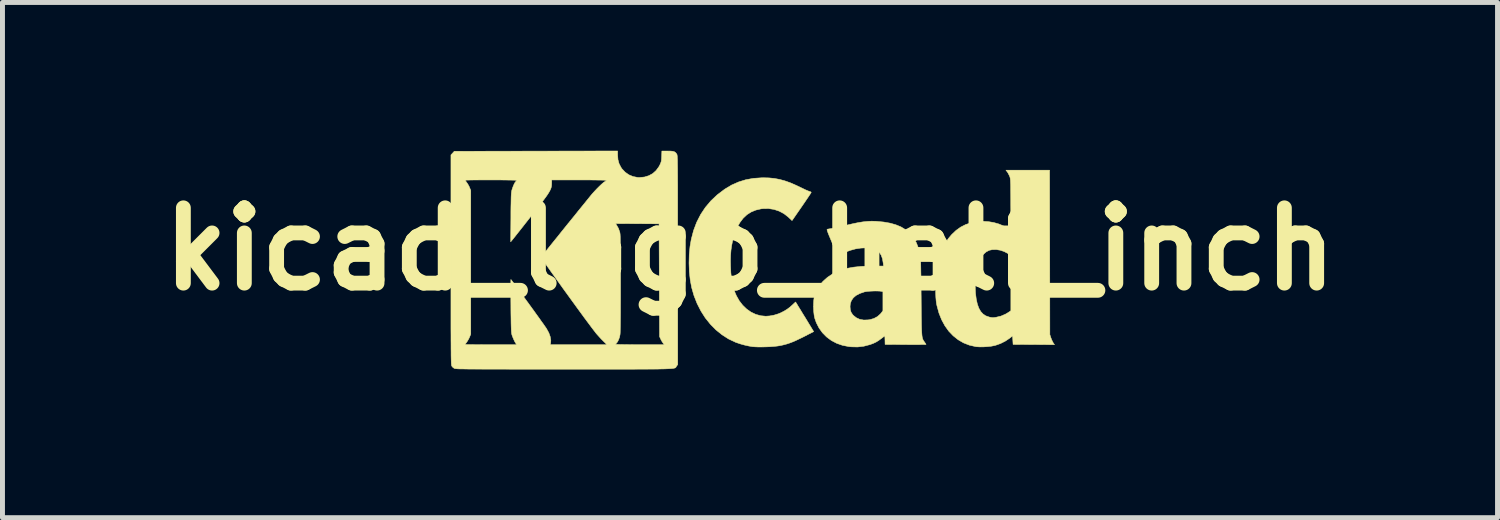
<source format=kicad_pcb>
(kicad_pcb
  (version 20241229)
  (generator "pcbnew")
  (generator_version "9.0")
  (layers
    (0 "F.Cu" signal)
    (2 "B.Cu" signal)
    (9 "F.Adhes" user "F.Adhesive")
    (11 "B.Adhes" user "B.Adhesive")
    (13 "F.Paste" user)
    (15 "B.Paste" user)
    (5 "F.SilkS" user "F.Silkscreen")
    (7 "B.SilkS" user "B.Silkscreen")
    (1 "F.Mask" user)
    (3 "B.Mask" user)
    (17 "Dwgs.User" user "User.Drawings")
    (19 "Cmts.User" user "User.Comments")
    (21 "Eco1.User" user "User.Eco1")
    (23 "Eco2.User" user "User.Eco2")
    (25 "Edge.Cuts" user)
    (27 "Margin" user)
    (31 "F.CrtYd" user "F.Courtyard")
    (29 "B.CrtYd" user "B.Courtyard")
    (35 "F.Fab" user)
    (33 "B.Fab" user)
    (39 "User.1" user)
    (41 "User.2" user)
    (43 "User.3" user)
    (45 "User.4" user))
  (footprint "kicad_logo_half_inch"
    (layer "F.Cu")
    (at 12.127 1.99)
    (property "Reference" "kicad_logo_half_inch" (at 0 0 0) (layer "F.SilkS") (effects (font (size 1.524 1.524) (thickness 0.3))))
    (attr through_hole)
    (fp_poly (pts (xy 6.065 0.067) (xy 6.067 1.731) (xy 6.089 1.797) (xy 6.105 1.837) (xy 6.123 1.875) (xy 6.136 1.899) (xy 6.161 1.935) (xy 5.742 1.932) (xy 5.323 1.93) (xy 5.318 1.843) (xy 5.313 1.757) (xy 5.249 1.807) (xy 5.165 1.863) (xy 5.07 1.911) (xy 4.972 1.946) (xy 4.941 1.954) (xy 4.878 1.966) (xy 4.804 1.974) (xy 4.726 1.979) (xy 4.651 1.98) (xy 4.585 1.976) (xy 4.564 1.973) (xy 4.438 1.944) (xy 4.32 1.898) (xy 4.21 1.834) (xy 4.111 1.755) (xy 4.021 1.661) (xy 3.943 1.552) (xy 3.877 1.43) (xy 3.823 1.295) (xy 3.783 1.148) (xy 3.773 1.101) (xy 3.766 1.046) (xy 3.76 0.976) (xy 3.757 0.895) (xy 3.755 0.806) (xy 3.755 0.798) (xy 4.558 0.798) (xy 4.563 0.894) (xy 4.563 0.895) (xy 4.578 1.013) (xy 4.6 1.113) (xy 4.63 1.196) (xy 4.668 1.263) (xy 4.715 1.314) (xy 4.77 1.351) (xy 4.836 1.374) (xy 4.842 1.376) (xy 4.875 1.383) (xy 4.898 1.386) (xy 4.918 1.387) (xy 4.942 1.385) (xy 4.978 1.38) (xy 4.983 1.379) (xy 5.079 1.356) (xy 5.173 1.315) (xy 5.223 1.285) (xy 5.278 1.248) (xy 5.278 0.129) (xy 5.217 0.089) (xy 5.143 0.05) (xy 5.063 0.023) (xy 4.982 0.01) (xy 4.904 0.011) (xy 4.84 0.025) (xy 4.78 0.056) (xy 4.725 0.104) (xy 4.676 0.167) (xy 4.636 0.244) (xy 4.635 0.246) (xy 4.612 0.314) (xy 4.592 0.398) (xy 4.576 0.492) (xy 4.565 0.593) (xy 4.559 0.696) (xy 4.558 0.798) (xy 3.755 0.798) (xy 3.756 0.715) (xy 3.758 0.625) (xy 3.763 0.542) (xy 3.769 0.468) (xy 3.774 0.434) (xy 3.803 0.274) (xy 3.841 0.13) (xy 3.889 0.001) (xy 3.947 -0.114) (xy 4.016 -0.217) (xy 4.081 -0.294) (xy 4.171 -0.379) (xy 4.265 -0.446) (xy 4.366 -0.497) (xy 4.476 -0.533) (xy 4.599 -0.555) (xy 4.607 -0.556) (xy 4.714 -0.562) (xy 4.824 -0.555) (xy 4.931 -0.537) (xy 5.034 -0.508) (xy 5.128 -0.469) (xy 5.209 -0.422) (xy 5.257 -0.384) (xy 5.28 -0.363) (xy 5.276 -0.893) (xy 5.276 -1.009) (xy 5.275 -1.108) (xy 5.274 -1.189) (xy 5.274 -1.256) (xy 5.273 -1.31) (xy 5.271 -1.353) (xy 5.27 -1.387) (xy 5.267 -1.412) (xy 5.265 -1.432) (xy 5.262 -1.447) (xy 5.258 -1.46) (xy 5.254 -1.472) (xy 5.252 -1.476) (xy 5.234 -1.513) (xy 5.214 -1.549) (xy 5.204 -1.563) (xy 5.178 -1.597) (xy 6.062 -1.597) (xy 6.065 0.067)) (stroke (width 0.01) (type solid)) (fill yes) (layer "F.SilkS"))
    (fp_poly (pts (xy 0.385 -1.44) (xy 0.494 -1.429) (xy 0.6 -1.409) (xy 0.706 -1.38) (xy 0.816 -1.341) (xy 0.935 -1.289) (xy 1.017 -1.25) (xy 1.071 -1.224) (xy 1.12 -1.2) (xy 1.163 -1.182) (xy 1.194 -1.169) (xy 1.208 -1.165) (xy 1.23 -1.157) (xy 1.238 -1.147) (xy 1.238 -1.146) (xy 1.232 -1.136) (xy 1.216 -1.11) (xy 1.191 -1.073) (xy 1.159 -1.025) (xy 1.121 -0.969) (xy 1.078 -0.906) (xy 1.043 -0.855) (xy 0.85 -0.576) (xy 0.776 -0.646) (xy 0.687 -0.716) (xy 0.589 -0.768) (xy 0.484 -0.803) (xy 0.373 -0.82) (xy 0.259 -0.818) (xy 0.223 -0.814) (xy 0.117 -0.789) (xy 0.022 -0.75) (xy -0.064 -0.695) (xy -0.139 -0.624) (xy -0.205 -0.537) (xy -0.262 -0.433) (xy -0.31 -0.312) (xy -0.351 -0.173) (xy -0.352 -0.168) (xy -0.371 -0.075) (xy -0.385 0.021) (xy -0.393 0.123) (xy -0.396 0.237) (xy -0.394 0.345) (xy -0.388 0.477) (xy -0.376 0.593) (xy -0.359 0.697) (xy -0.335 0.792) (xy -0.303 0.881) (xy -0.277 0.942) (xy -0.219 1.045) (xy -0.149 1.136) (xy -0.069 1.213) (xy 0.019 1.275) (xy 0.115 1.321) (xy 0.215 1.349) (xy 0.319 1.359) (xy 0.399 1.353) (xy 0.486 1.337) (xy 0.571 1.311) (xy 0.622 1.29) (xy 0.692 1.254) (xy 0.752 1.217) (xy 0.809 1.174) (xy 0.858 1.13) (xy 0.922 1.07) (xy 0.936 1.093) (xy 0.945 1.107) (xy 0.962 1.136) (xy 0.987 1.177) (xy 1.019 1.228) (xy 1.055 1.288) (xy 1.095 1.353) (xy 1.12 1.393) (xy 1.288 1.67) (xy 1.163 1.734) (xy 1.068 1.783) (xy 0.987 1.822) (xy 0.918 1.855) (xy 0.856 1.881) (xy 0.8 1.902) (xy 0.746 1.92) (xy 0.691 1.935) (xy 0.632 1.949) (xy 0.6 1.955) (xy 0.548 1.963) (xy 0.481 1.97) (xy 0.404 1.976) (xy 0.323 1.979) (xy 0.241 1.981) (xy 0.164 1.981) (xy 0.097 1.978) (xy 0.045 1.974) (xy -0.028 1.961) (xy -0.109 1.943) (xy -0.192 1.92) (xy -0.267 1.895) (xy -0.297 1.884) (xy -0.436 1.818) (xy -0.567 1.734) (xy -0.69 1.635) (xy -0.803 1.52) (xy -0.905 1.393) (xy -0.994 1.253) (xy -1.071 1.102) (xy -1.134 0.942) (xy -1.181 0.779) (xy -1.21 0.624) (xy -1.228 0.457) (xy -1.234 0.285) (xy -1.23 0.113) (xy -1.214 -0.055) (xy -1.189 -0.198) (xy -1.142 -0.377) (xy -1.079 -0.544) (xy -0.999 -0.7) (xy -0.904 -0.843) (xy -0.792 -0.976) (xy -0.664 -1.097) (xy -0.52 -1.206) (xy -0.504 -1.217) (xy -0.37 -1.297) (xy -0.231 -1.358) (xy -0.086 -1.403) (xy 0.067 -1.431) (xy 0.229 -1.442) (xy 0.268 -1.443) (xy 0.385 -1.44)) (stroke (width 0.01) (type solid)) (fill yes) (layer "F.SilkS"))
    (fp_poly (pts (xy 2.533 -0.563) (xy 2.56 -0.561) (xy 2.707 -0.547) (xy 2.837 -0.524) (xy 2.952 -0.491) (xy 3.054 -0.449) (xy 3.142 -0.396) (xy 3.22 -0.333) (xy 3.235 -0.318) (xy 3.288 -0.257) (xy 3.332 -0.193) (xy 3.369 -0.121) (xy 3.4 -0.039) (xy 3.427 0.059) (xy 3.436 0.094) (xy 3.439 0.112) (xy 3.443 0.129) (xy 3.445 0.149) (xy 3.448 0.172) (xy 3.45 0.2) (xy 3.452 0.234) (xy 3.454 0.276) (xy 3.455 0.327) (xy 3.456 0.388) (xy 3.457 0.462) (xy 3.459 0.549) (xy 3.46 0.651) (xy 3.461 0.769) (xy 3.462 0.905) (xy 3.463 0.962) (xy 3.464 1.11) (xy 3.465 1.24) (xy 3.466 1.352) (xy 3.468 1.448) (xy 3.469 1.531) (xy 3.471 1.6) (xy 3.473 1.657) (xy 3.476 1.705) (xy 3.479 1.743) (xy 3.483 1.774) (xy 3.488 1.799) (xy 3.494 1.819) (xy 3.501 1.835) (xy 3.509 1.85) (xy 3.518 1.864) (xy 3.528 1.878) (xy 3.532 1.883) (xy 3.549 1.908) (xy 3.56 1.925) (xy 3.562 1.93) (xy 3.552 1.931) (xy 3.525 1.932) (xy 3.482 1.932) (xy 3.425 1.933) (xy 3.357 1.933) (xy 3.279 1.933) (xy 3.193 1.933) (xy 3.148 1.932) (xy 2.733 1.93) (xy 2.731 1.843) (xy 2.728 1.756) (xy 2.666 1.803) (xy 2.605 1.848) (xy 2.55 1.882) (xy 2.493 1.909) (xy 2.428 1.933) (xy 2.424 1.934) (xy 2.302 1.966) (xy 2.177 1.981) (xy 2.047 1.978) (xy 1.999 1.973) (xy 1.872 1.948) (xy 1.754 1.907) (xy 1.646 1.85) (xy 1.55 1.779) (xy 1.466 1.694) (xy 1.396 1.597) (xy 1.341 1.489) (xy 1.308 1.394) (xy 1.297 1.337) (xy 1.289 1.267) (xy 1.285 1.191) (xy 1.285 1.163) (xy 2.024 1.163) (xy 2.029 1.227) (xy 2.045 1.278) (xy 2.075 1.324) (xy 2.092 1.343) (xy 2.151 1.39) (xy 2.221 1.422) (xy 2.301 1.436) (xy 2.389 1.433) (xy 2.426 1.428) (xy 2.508 1.404) (xy 2.58 1.365) (xy 2.639 1.312) (xy 2.66 1.287) (xy 2.689 1.247) (xy 2.689 0.864) (xy 2.662 0.856) (xy 2.631 0.851) (xy 2.586 0.849) (xy 2.531 0.848) (xy 2.473 0.85) (xy 2.415 0.853) (xy 2.363 0.858) (xy 2.322 0.865) (xy 2.313 0.867) (xy 2.22 0.899) (xy 2.146 0.938) (xy 2.09 0.986) (xy 2.051 1.042) (xy 2.029 1.107) (xy 2.024 1.163) (xy 1.285 1.163) (xy 1.285 1.115) (xy 1.289 1.043) (xy 1.297 0.981) (xy 1.303 0.953) (xy 1.343 0.844) (xy 1.401 0.744) (xy 1.476 0.653) (xy 1.567 0.572) (xy 1.673 0.501) (xy 1.753 0.459) (xy 1.855 0.42) (xy 1.969 0.389) (xy 2.098 0.366) (xy 2.243 0.351) (xy 2.404 0.344) (xy 2.484 0.343) (xy 2.701 0.344) (xy 2.695 0.284) (xy 2.68 0.195) (xy 2.653 0.122) (xy 2.614 0.064) (xy 2.561 0.019) (xy 2.533 0.003) (xy 2.507 -0.009) (xy 2.485 -0.016) (xy 2.461 -0.021) (xy 2.429 -0.024) (xy 2.387 -0.025) (xy 2.351 -0.025) (xy 2.242 -0.02) (xy 2.136 -0.004) (xy 2.031 0.025) (xy 1.92 0.066) (xy 1.862 0.092) (xy 1.822 0.109) (xy 1.791 0.12) (xy 1.771 0.124) (xy 1.767 0.123) (xy 1.761 0.111) (xy 1.749 0.084) (xy 1.732 0.046) (xy 1.713 0.001) (xy 1.709 -0.01) (xy 1.684 -0.07) (xy 1.656 -0.139) (xy 1.627 -0.209) (xy 1.603 -0.266) (xy 1.579 -0.326) (xy 1.564 -0.368) (xy 1.558 -0.393) (xy 1.561 -0.401) (xy 1.576 -0.404) (xy 1.605 -0.409) (xy 1.642 -0.415) (xy 1.647 -0.416) (xy 1.678 -0.421) (xy 1.724 -0.431) (xy 1.782 -0.444) (xy 1.849 -0.459) (xy 1.919 -0.475) (xy 1.965 -0.486) (xy 2.086 -0.514) (xy 2.193 -0.536) (xy 2.288 -0.551) (xy 2.374 -0.56) (xy 2.455 -0.564) (xy 2.533 -0.563)) (stroke (width 0.01) (type solid)) (fill yes) (layer "F.SilkS"))
    (fp_poly (pts (xy -2.679 -1.901) (xy -2.672 -1.809) (xy -2.65 -1.729) (xy -2.612 -1.655) (xy -2.592 -1.625) (xy -2.527 -1.556) (xy -2.452 -1.503) (xy -2.368 -1.468) (xy -2.276 -1.45) (xy -2.232 -1.449) (xy -2.136 -1.458) (xy -2.048 -1.485) (xy -1.969 -1.528) (xy -1.901 -1.589) (xy -1.845 -1.665) (xy -1.823 -1.706) (xy -1.809 -1.738) (xy -1.799 -1.766) (xy -1.793 -1.797) (xy -1.79 -1.836) (xy -1.788 -1.878) (xy -1.784 -1.984) (xy -1.67 -1.984) (xy -1.61 -1.983) (xy -1.565 -1.979) (xy -1.533 -1.97) (xy -1.51 -1.956) (xy -1.491 -1.934) (xy -1.482 -1.921) (xy -1.48 -1.917) (xy -1.478 -1.912) (xy -1.476 -1.905) (xy -1.475 -1.895) (xy -1.473 -1.882) (xy -1.472 -1.865) (xy -1.471 -1.842) (xy -1.469 -1.814) (xy -1.468 -1.779) (xy -1.468 -1.736) (xy -1.467 -1.685) (xy -1.466 -1.625) (xy -1.466 -1.556) (xy -1.465 -1.475) (xy -1.465 -1.383) (xy -1.464 -1.279) (xy -1.464 -1.162) (xy -1.464 -1.031) (xy -1.464 -0.885) (xy -1.464 -0.724) (xy -1.464 -0.547) (xy -1.464 -0.353) (xy -1.463 -0.14) (xy -1.463 0.09) (xy -1.463 0.223) (xy -1.463 2.337) (xy -1.487 2.369) (xy -1.491 2.376) (xy -1.494 2.382) (xy -1.497 2.388) (xy -1.501 2.393) (xy -1.505 2.398) (xy -1.512 2.403) (xy -1.522 2.407) (xy -1.535 2.41) (xy -1.552 2.414) (xy -1.575 2.417) (xy -1.604 2.419) (xy -1.639 2.421) (xy -1.681 2.423) (xy -1.732 2.425) (xy -1.792 2.426) (xy -1.861 2.428) (xy -1.941 2.429) (xy -2.033 2.429) (xy -2.136 2.43) (xy -2.252 2.43) (xy -2.382 2.431) (xy -2.526 2.431) (xy -2.685 2.431) (xy -2.861 2.431) (xy -3.053 2.431) (xy -3.262 2.431) (xy -3.489 2.431) (xy -3.736 2.431) (xy -3.762 2.431) (xy -4.008 2.431) (xy -4.235 2.431) (xy -4.444 2.431) (xy -4.635 2.431) (xy -4.81 2.431) (xy -4.968 2.43) (xy -5.112 2.43) (xy -5.241 2.43) (xy -5.356 2.43) (xy -5.459 2.429) (xy -5.549 2.429) (xy -5.629 2.428) (xy -5.697 2.428) (xy -5.757 2.427) (xy -5.807 2.426) (xy -5.849 2.426) (xy -5.883 2.425) (xy -5.911 2.424) (xy -5.934 2.422) (xy -5.951 2.421) (xy -5.964 2.419) (xy -5.973 2.418) (xy -5.98 2.416) (xy -5.985 2.414) (xy -5.988 2.412) (xy -6.015 2.392) (xy -6.035 2.368) (xy -6.037 2.364) (xy -6.039 2.358) (xy -6.041 2.35) (xy -6.042 2.337) (xy -6.044 2.321) (xy -6.045 2.299) (xy -6.046 2.271) (xy -6.047 2.237) (xy -6.048 2.194) (xy -6.049 2.144) (xy -6.049 2.084) (xy -6.05 2.015) (xy -6.05 1.935) (xy -6.051 1.843) (xy -6.051 1.739) (xy -6.052 1.622) (xy -6.052 1.492) (xy -6.052 1.346) (xy -6.052 1.185) (xy -6.052 1.008) (xy -6.052 0.814) (xy -6.052 0.602) (xy -6.052 0.372) (xy -6.052 0.218) (xy -6.052 -1.394) (xy -5.765 -1.394) (xy -5.759 -1.384) (xy -5.745 -1.364) (xy -5.731 -1.345) (xy -5.707 -1.309) (xy -5.684 -1.267) (xy -5.674 -1.243) (xy -5.651 -1.186) (xy -5.651 1.721) (xy -5.674 1.779) (xy -5.693 1.819) (xy -5.717 1.86) (xy -5.731 1.881) (xy -5.749 1.906) (xy -5.762 1.924) (xy -5.765 1.93) (xy -5.755 1.931) (xy -5.727 1.932) (xy -5.684 1.932) (xy -5.625 1.933) (xy -5.555 1.934) (xy -5.473 1.934) (xy -5.383 1.935) (xy -5.286 1.935) (xy -5.243 1.935) (xy -4.72 1.935) (xy -4.737 1.912) (xy -4.757 1.88) (xy -4.778 1.837) (xy -4.799 1.788) (xy -4.816 1.743) (xy -4.822 1.721) (xy -4.825 1.703) (xy -4.828 1.672) (xy -4.831 1.629) (xy -4.833 1.571) (xy -4.835 1.499) (xy -4.836 1.41) (xy -4.838 1.304) (xy -4.839 1.179) (xy -4.839 1.141) (xy -4.84 1.041) (xy -4.84 0.947) (xy -4.841 0.861) (xy -4.841 0.785) (xy -4.841 0.721) (xy -4.84 0.671) (xy -4.84 0.635) (xy -4.839 0.617) (xy -4.839 0.615) (xy -4.828 0.629) (xy -4.807 0.656) (xy -4.777 0.696) (xy -4.74 0.747) (xy -4.696 0.807) (xy -4.646 0.875) (xy -4.593 0.948) (xy -4.538 1.024) (xy -4.48 1.103) (xy -4.423 1.182) (xy -4.367 1.259) (xy -4.314 1.333) (xy -4.264 1.402) (xy -4.22 1.465) (xy -4.181 1.518) (xy -4.151 1.562) (xy -4.129 1.593) (xy -4.118 1.61) (xy -4.071 1.696) (xy -4.043 1.774) (xy -4.031 1.845) (xy -4.033 1.881) (xy -4.04 1.935) (xy -2.895 1.935) (xy -2.968 1.863) (xy -3.009 1.822) (xy -3.054 1.773) (xy -3.097 1.725) (xy -3.113 1.707) (xy -3.134 1.679) (xy -3.165 1.639) (xy -3.204 1.588) (xy -3.251 1.525) (xy -3.304 1.454) (xy -3.362 1.376) (xy -3.424 1.291) (xy -3.49 1.201) (xy -3.558 1.107) (xy -3.628 1.011) (xy -3.698 0.914) (xy -3.768 0.818) (xy -3.836 0.723) (xy -3.902 0.631) (xy -3.964 0.544) (xy -4.023 0.462) (xy -4.075 0.388) (xy -4.122 0.322) (xy -4.161 0.266) (xy -4.192 0.22) (xy -4.214 0.188) (xy -4.226 0.169) (xy -4.228 0.164) (xy -4.205 0.136) (xy -4.172 0.094) (xy -4.13 0.042) (xy -4.08 -0.021) (xy -4.023 -0.092) (xy -3.961 -0.169) (xy -3.894 -0.251) (xy -3.825 -0.338) (xy -3.754 -0.426) (xy -3.682 -0.516) (xy -3.681 -0.516) (xy -2.721 -0.516) (xy -2.705 -0.494) (xy -2.663 -0.42) (xy -2.635 -0.341) (xy -2.63 -0.31) (xy -2.628 -0.289) (xy -2.626 -0.249) (xy -2.625 -0.192) (xy -2.624 -0.117) (xy -2.623 -0.027) (xy -2.622 0.077) (xy -2.621 0.195) (xy -2.62 0.326) (xy -2.62 0.468) (xy -2.62 0.62) (xy -2.62 0.709) (xy -2.62 0.867) (xy -2.62 1.015) (xy -2.621 1.152) (xy -2.621 1.277) (xy -2.622 1.389) (xy -2.623 1.487) (xy -2.624 1.571) (xy -2.626 1.638) (xy -2.627 1.688) (xy -2.629 1.72) (xy -2.63 1.729) (xy -2.64 1.779) (xy -2.657 1.828) (xy -2.677 1.87) (xy -2.698 1.9) (xy -2.703 1.904) (xy -2.716 1.919) (xy -2.719 1.926) (xy -2.709 1.928) (xy -2.681 1.929) (xy -2.637 1.931) (xy -2.579 1.932) (xy -2.508 1.933) (xy -2.426 1.934) (xy -2.334 1.935) (xy -2.236 1.935) (xy -2.227 1.935) (xy -1.735 1.935) (xy -1.76 1.902) (xy -1.78 1.873) (xy -1.8 1.837) (xy -1.808 1.82) (xy -1.831 1.771) (xy -1.841 -0.511) (xy -2.281 -0.514) (xy -2.721 -0.516) (xy -3.681 -0.516) (xy -3.61 -0.604) (xy -3.54 -0.69) (xy -3.474 -0.773) (xy -3.411 -0.85) (xy -3.354 -0.92) (xy -3.304 -0.982) (xy -3.261 -1.035) (xy -3.228 -1.076) (xy -3.205 -1.104) (xy -3.195 -1.116) (xy -3.148 -1.168) (xy -3.099 -1.22) (xy -3.051 -1.268) (xy -3.006 -1.311) (xy -2.968 -1.344) (xy -2.939 -1.365) (xy -2.938 -1.365) (xy -2.918 -1.379) (xy -2.907 -1.39) (xy -2.907 -1.391) (xy -2.917 -1.393) (xy -2.944 -1.394) (xy -2.988 -1.395) (xy -3.047 -1.396) (xy -3.118 -1.397) (xy -3.2 -1.398) (xy -3.292 -1.399) (xy -3.39 -1.399) (xy -3.46 -1.399) (xy -4.013 -1.399) (xy -4.014 -1.327) (xy -4.015 -1.301) (xy -4.017 -1.277) (xy -4.022 -1.252) (xy -4.03 -1.226) (xy -4.042 -1.198) (xy -4.059 -1.165) (xy -4.082 -1.127) (xy -4.111 -1.083) (xy -4.148 -1.032) (xy -4.193 -0.971) (xy -4.247 -0.901) (xy -4.31 -0.819) (xy -4.384 -0.724) (xy -4.47 -0.616) (xy -4.497 -0.582) (xy -4.557 -0.506) (xy -4.614 -0.433) (xy -4.667 -0.366) (xy -4.714 -0.307) (xy -4.754 -0.256) (xy -4.786 -0.216) (xy -4.808 -0.189) (xy -4.819 -0.175) (xy -4.82 -0.175) (xy -4.843 -0.146) (xy -4.839 -0.641) (xy -4.839 -0.755) (xy -4.838 -0.852) (xy -4.836 -0.932) (xy -4.835 -0.998) (xy -4.834 -1.051) (xy -4.832 -1.093) (xy -4.83 -1.126) (xy -4.827 -1.152) (xy -4.824 -1.172) (xy -4.82 -1.189) (xy -4.819 -1.194) (xy -4.799 -1.254) (xy -4.778 -1.305) (xy -4.758 -1.344) (xy -4.742 -1.365) (xy -4.727 -1.381) (xy -4.723 -1.391) (xy -4.732 -1.392) (xy -4.76 -1.394) (xy -4.804 -1.395) (xy -4.862 -1.396) (xy -4.933 -1.397) (xy -5.014 -1.398) (xy -5.104 -1.399) (xy -5.201 -1.399) (xy -5.244 -1.399) (xy -5.343 -1.399) (xy -5.437 -1.399) (xy -5.522 -1.398) (xy -5.597 -1.398) (xy -5.661 -1.397) (xy -5.711 -1.396) (xy -5.746 -1.395) (xy -5.763 -1.395) (xy -5.765 -1.394) (xy -6.052 -1.394) (xy -6.052 -1.905) (xy -6.018 -1.942) (xy -5.984 -1.979) (xy -2.679 -1.985) (xy -2.679 -1.901)) (stroke (width 0.01) (type solid)) (fill yes) (layer "F.SilkS")))
  (gr_rect
    (start -3 -3)
    (end 27.253 7.425)
    (stroke (width 0.1) (type default))
    (fill no)
    (layer "Edge.Cuts")))
</source>
